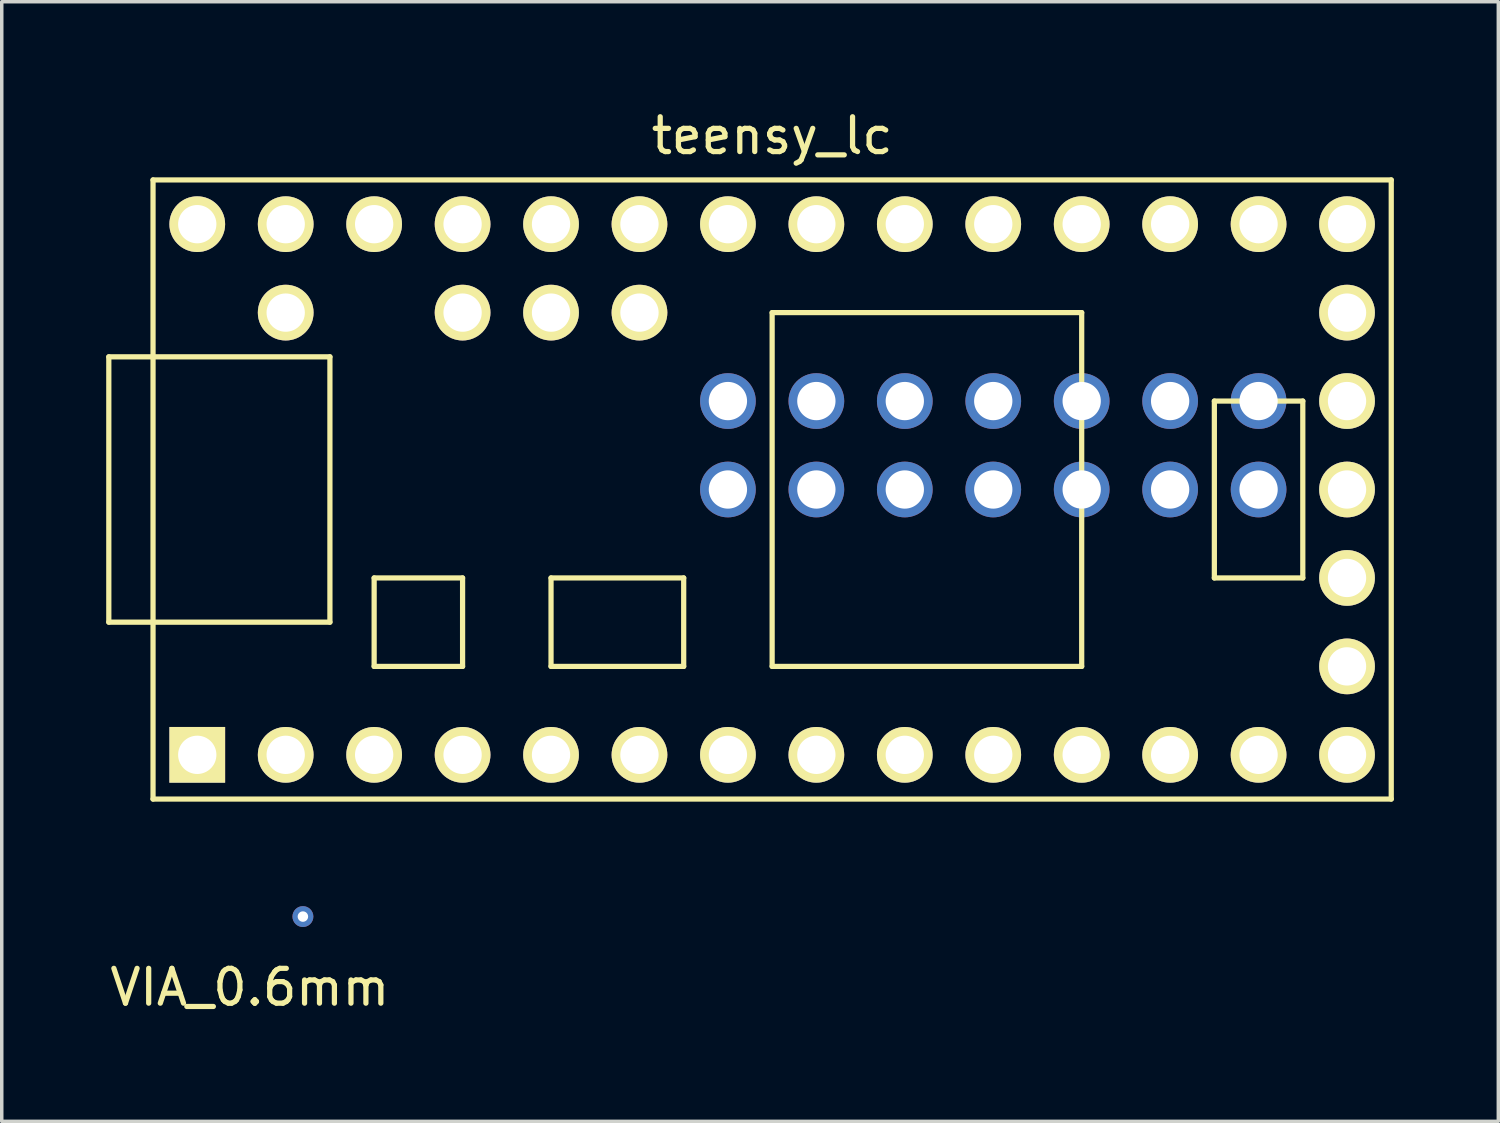
<source format=kicad_pcb>
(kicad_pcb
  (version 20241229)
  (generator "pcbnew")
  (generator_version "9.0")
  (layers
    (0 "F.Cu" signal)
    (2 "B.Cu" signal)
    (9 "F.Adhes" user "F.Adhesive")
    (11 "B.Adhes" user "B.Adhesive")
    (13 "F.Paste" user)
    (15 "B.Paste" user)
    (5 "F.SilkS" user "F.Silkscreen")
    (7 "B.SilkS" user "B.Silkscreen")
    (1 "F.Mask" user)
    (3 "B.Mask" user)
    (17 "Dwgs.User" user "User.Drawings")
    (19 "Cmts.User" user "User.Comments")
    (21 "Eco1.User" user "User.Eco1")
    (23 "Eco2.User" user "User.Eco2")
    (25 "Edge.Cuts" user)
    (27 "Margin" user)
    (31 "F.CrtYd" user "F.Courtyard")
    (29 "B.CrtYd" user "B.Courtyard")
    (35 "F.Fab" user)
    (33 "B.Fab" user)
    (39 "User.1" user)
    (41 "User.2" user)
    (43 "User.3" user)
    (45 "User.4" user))
  (footprint "VIA_0.6mm"
    (layer "F.Cu")
    (at 5.649 23.273)
    (property "Reference" "VIA_0.6mm" (at -1.524 2.032 0) (layer "F.SilkS") (effects (font (size 1 1) (thickness 0.15))))
    (attr through_hole)
    (pad "1" thru_hole circle (at 0 0) (size 0.6 0.6) (drill 0.3) (layers "*.Cu")))
  (footprint "teensy_lc"
    (layer "F.Cu")
    (at 19.125 11.008)
    (property "Reference" "teensy_lc" (at 0 -10.16 0) (layer "F.SilkS") (effects (font (size 1 1) (thickness 0.15))))
    (attr through_hole)
    (fp_line (start -19.05 -3.81) (end -17.78 -3.81) (stroke (width 0.15) (type solid)) (layer "F.SilkS"))
    (fp_line (start -19.05 3.81) (end -19.05 -3.81) (stroke (width 0.15) (type solid)) (layer "F.SilkS"))
    (fp_line (start -17.78 -8.89) (end 17.78 -8.89) (stroke (width 0.15) (type solid)) (layer "F.SilkS"))
    (fp_line (start -17.78 3.81) (end -19.05 3.81) (stroke (width 0.15) (type solid)) (layer "F.SilkS"))
    (fp_line (start -17.78 8.89) (end -17.78 -8.89) (stroke (width 0.15) (type solid)) (layer "F.SilkS"))
    (fp_line (start -12.7 -3.81) (end -17.78 -3.81) (stroke (width 0.15) (type solid)) (layer "F.SilkS"))
    (fp_line (start -12.7 3.81) (end -17.78 3.81) (stroke (width 0.15) (type solid)) (layer "F.SilkS"))
    (fp_line (start -12.7 3.81) (end -12.7 -3.81) (stroke (width 0.15) (type solid)) (layer "F.SilkS"))
    (fp_line (start -11.43 2.54) (end -11.43 5.08) (stroke (width 0.15) (type solid)) (layer "F.SilkS"))
    (fp_line (start -11.43 5.08) (end -8.89 5.08) (stroke (width 0.15) (type solid)) (layer "F.SilkS"))
    (fp_line (start -8.89 2.54) (end -11.43 2.54) (stroke (width 0.15) (type solid)) (layer "F.SilkS"))
    (fp_line (start -8.89 5.08) (end -8.89 2.54) (stroke (width 0.15) (type solid)) (layer "F.SilkS"))
    (fp_line (start -6.35 2.54) (end -6.35 5.08) (stroke (width 0.15) (type solid)) (layer "F.SilkS"))
    (fp_line (start -6.35 5.08) (end -2.54 5.08) (stroke (width 0.15) (type solid)) (layer "F.SilkS"))
    (fp_line (start -2.54 2.54) (end -6.35 2.54) (stroke (width 0.15) (type solid)) (layer "F.SilkS"))
    (fp_line (start -2.54 5.08) (end -2.54 2.54) (stroke (width 0.15) (type solid)) (layer "F.SilkS"))
    (fp_line (start 0 -5.08) (end 0 5.08) (stroke (width 0.15) (type solid)) (layer "F.SilkS"))
    (fp_line (start 8.89 -5.08) (end 0 -5.08) (stroke (width 0.15) (type solid)) (layer "F.SilkS"))
    (fp_line (start 8.89 5.08) (end 0 5.08) (stroke (width 0.15) (type solid)) (layer "F.SilkS"))
    (fp_line (start 8.89 5.08) (end 8.89 -5.08) (stroke (width 0.15) (type solid)) (layer "F.SilkS"))
    (fp_line (start 12.7 -2.54) (end 15.24 -2.54) (stroke (width 0.15) (type solid)) (layer "F.SilkS"))
    (fp_line (start 12.7 2.54) (end 12.7 -2.54) (stroke (width 0.15) (type solid)) (layer "F.SilkS"))
    (fp_line (start 15.24 -2.54) (end 15.24 2.54) (stroke (width 0.15) (type solid)) (layer "F.SilkS"))
    (fp_line (start 15.24 2.54) (end 12.7 2.54) (stroke (width 0.15) (type solid)) (layer "F.SilkS"))
    (fp_line (start 17.78 -8.89) (end 17.78 8.89) (stroke (width 0.15) (type solid)) (layer "F.SilkS"))
    (fp_line (start 17.78 8.89) (end -17.78 8.89) (stroke (width 0.15) (type solid)) (layer "F.SilkS"))
    (pad "1" thru_hole rect (at -16.51 7.62) (size 1.6 1.6) (drill 1.1) (layers "*.Cu" "*.Mask" "F.SilkS"))
    (pad "2" thru_hole circle (at -13.97 7.62) (size 1.6 1.6) (drill 1.1) (layers "*.Cu" "*.Mask" "F.SilkS"))
    (pad "3" thru_hole circle (at -11.43 7.62) (size 1.6 1.6) (drill 1.1) (layers "*.Cu" "*.Mask" "F.SilkS"))
    (pad "4" thru_hole circle (at -8.89 7.62) (size 1.6 1.6) (drill 1.1) (layers "*.Cu" "*.Mask" "F.SilkS"))
    (pad "5" thru_hole circle (at -6.35 7.62) (size 1.6 1.6) (drill 1.1) (layers "*.Cu" "*.Mask" "F.SilkS"))
    (pad "6" thru_hole circle (at -3.81 7.62) (size 1.6 1.6) (drill 1.1) (layers "*.Cu" "*.Mask" "F.SilkS"))
    (pad "7" thru_hole circle (at -1.27 7.62) (size 1.6 1.6) (drill 1.1) (layers "*.Cu" "*.Mask" "F.SilkS"))
    (pad "8" thru_hole circle (at 1.27 7.62) (size 1.6 1.6) (drill 1.1) (layers "*.Cu" "*.Mask" "F.SilkS"))
    (pad "9" thru_hole circle (at 3.81 7.62) (size 1.6 1.6) (drill 1.1) (layers "*.Cu" "*.Mask" "F.SilkS"))
    (pad "10" thru_hole circle (at 6.35 7.62) (size 1.6 1.6) (drill 1.1) (layers "*.Cu" "*.Mask" "F.SilkS"))
    (pad "11" thru_hole circle (at 8.89 7.62) (size 1.6 1.6) (drill 1.1) (layers "*.Cu" "*.Mask" "F.SilkS"))
    (pad "12" thru_hole circle (at 11.43 7.62) (size 1.6 1.6) (drill 1.1) (layers "*.Cu" "*.Mask" "F.SilkS"))
    (pad "13" thru_hole circle (at 13.97 7.62) (size 1.6 1.6) (drill 1.1) (layers "*.Cu" "*.Mask" "F.SilkS"))
    (pad "14" thru_hole circle (at 16.51 7.62) (size 1.6 1.6) (drill 1.1) (layers "*.Cu" "*.Mask" "F.SilkS"))
    (pad "15" thru_hole circle (at 16.51 5.08) (size 1.6 1.6) (drill 1.1) (layers "*.Cu" "*.Mask" "F.SilkS"))
    (pad "16" thru_hole circle (at 16.51 2.54) (size 1.6 1.6) (drill 1.1) (layers "*.Cu" "*.Mask" "F.SilkS"))
    (pad "17" thru_hole circle (at 16.51 0) (size 1.6 1.6) (drill 1.1) (layers "*.Cu" "*.Mask" "F.SilkS"))
    (pad "18" thru_hole circle (at 16.51 -2.54) (size 1.6 1.6) (drill 1.1) (layers "*.Cu" "*.Mask" "F.SilkS"))
    (pad "19" thru_hole circle (at 16.51 -5.08) (size 1.6 1.6) (drill 1.1) (layers "*.Cu" "*.Mask" "F.SilkS"))
    (pad "20" thru_hole circle (at 16.51 -7.62) (size 1.6 1.6) (drill 1.1) (layers "*.Cu" "*.Mask" "F.SilkS"))
    (pad "21" thru_hole circle (at 13.97 -7.62) (size 1.6 1.6) (drill 1.1) (layers "*.Cu" "*.Mask" "F.SilkS"))
    (pad "22" thru_hole circle (at 11.43 -7.62) (size 1.6 1.6) (drill 1.1) (layers "*.Cu" "*.Mask" "F.SilkS"))
    (pad "23" thru_hole circle (at 8.89 -7.62) (size 1.6 1.6) (drill 1.1) (layers "*.Cu" "*.Mask" "F.SilkS"))
    (pad "24" thru_hole circle (at 6.35 -7.62) (size 1.6 1.6) (drill 1.1) (layers "*.Cu" "*.Mask" "F.SilkS"))
    (pad "25" thru_hole circle (at 3.81 -7.62) (size 1.6 1.6) (drill 1.1) (layers "*.Cu" "*.Mask" "F.SilkS"))
    (pad "26" thru_hole circle (at 1.27 -7.62) (size 1.6 1.6) (drill 1.1) (layers "*.Cu" "*.Mask" "F.SilkS"))
    (pad "27" thru_hole circle (at -1.27 -7.62) (size 1.6 1.6) (drill 1.1) (layers "*.Cu" "*.Mask" "F.SilkS"))
    (pad "28" thru_hole circle (at -3.81 -7.62) (size 1.6 1.6) (drill 1.1) (layers "*.Cu" "*.Mask" "F.SilkS"))
    (pad "29" thru_hole circle (at -6.35 -7.62) (size 1.6 1.6) (drill 1.1) (layers "*.Cu" "*.Mask" "F.SilkS"))
    (pad "30" thru_hole circle (at -8.89 -7.62) (size 1.6 1.6) (drill 1.1) (layers "*.Cu" "*.Mask" "F.SilkS"))
    (pad "31" thru_hole circle (at -11.43 -7.62) (size 1.6 1.6) (drill 1.1) (layers "*.Cu" "*.Mask" "F.SilkS"))
    (pad "32" thru_hole circle (at -13.97 -7.62) (size 1.6 1.6) (drill 1.1) (layers "*.Cu" "*.Mask" "F.SilkS"))
    (pad "33" thru_hole circle (at -16.51 -7.62) (size 1.6 1.6) (drill 1.1) (layers "*.Cu" "*.Mask" "F.SilkS"))
    (pad "34" thru_hole circle (at -13.97 -5.08) (size 1.6 1.6) (drill 1.1) (layers "*.Cu" "*.Mask" "F.SilkS"))
    (pad "35" thru_hole circle (at -8.89 -5.08) (size 1.6 1.6) (drill 1.1) (layers "*.Cu" "*.Mask" "F.SilkS"))
    (pad "36" thru_hole circle (at -6.35 -5.08) (size 1.6 1.6) (drill 1.1) (layers "*.Cu" "*.Mask" "F.SilkS"))
    (pad "37" thru_hole circle (at -3.81 -5.08) (size 1.6 1.6) (drill 1.1) (layers "*.Cu" "*.Mask" "F.SilkS"))
    (pad "38" thru_hole circle (at -1.27 0) (size 1.6 1.6) (drill 1.1) (layers "*.Cu" "*.Mask"))
    (pad "39" thru_hole circle (at 1.27 0) (size 1.6 1.6) (drill 1.1) (layers "*.Cu" "*.Mask"))
    (pad "40" thru_hole circle (at 3.81 0) (size 1.6 1.6) (drill 1.1) (layers "*.Cu" "*.Mask"))
    (pad "41" thru_hole circle (at 6.35 0) (size 1.6 1.6) (drill 1.1) (layers "*.Cu" "*.Mask"))
    (pad "42" thru_hole circle (at 8.89 0) (size 1.6 1.6) (drill 1.1) (layers "*.Cu" "*.Mask"))
    (pad "43" thru_hole circle (at 11.43 0) (size 1.6 1.6) (drill 1.1) (layers "*.Cu" "*.Mask"))
    (pad "44" thru_hole circle (at 13.97 0) (size 1.6 1.6) (drill 1.1) (layers "*.Cu" "*.Mask"))
    (pad "45" thru_hole circle (at 13.97 -2.54) (size 1.6 1.6) (drill 1.1) (layers "*.Cu" "*.Mask"))
    (pad "46" thru_hole circle (at 11.43 -2.54) (size 1.6 1.6) (drill 1.1) (layers "*.Cu" "*.Mask"))
    (pad "47" thru_hole circle (at 8.89 -2.54) (size 1.6 1.6) (drill 1.1) (layers "*.Cu" "*.Mask"))
    (pad "48" thru_hole circle (at 6.35 -2.54) (size 1.6 1.6) (drill 1.1) (layers "*.Cu" "*.Mask"))
    (pad "49" thru_hole circle (at 3.81 -2.54) (size 1.6 1.6) (drill 1.1) (layers "*.Cu" "*.Mask"))
    (pad "50" thru_hole circle (at 1.27 -2.54) (size 1.6 1.6) (drill 1.1) (layers "*.Cu" "*.Mask"))
    (pad "51" thru_hole circle (at -1.27 -2.54) (size 1.6 1.6) (drill 1.1) (layers "*.Cu" "*.Mask")))
  (gr_rect
    (start -3 -3)
    (end 39.98 29.154)
    (stroke (width 0.1) (type default))
    (fill no)
    (layer "Edge.Cuts")))
</source>
